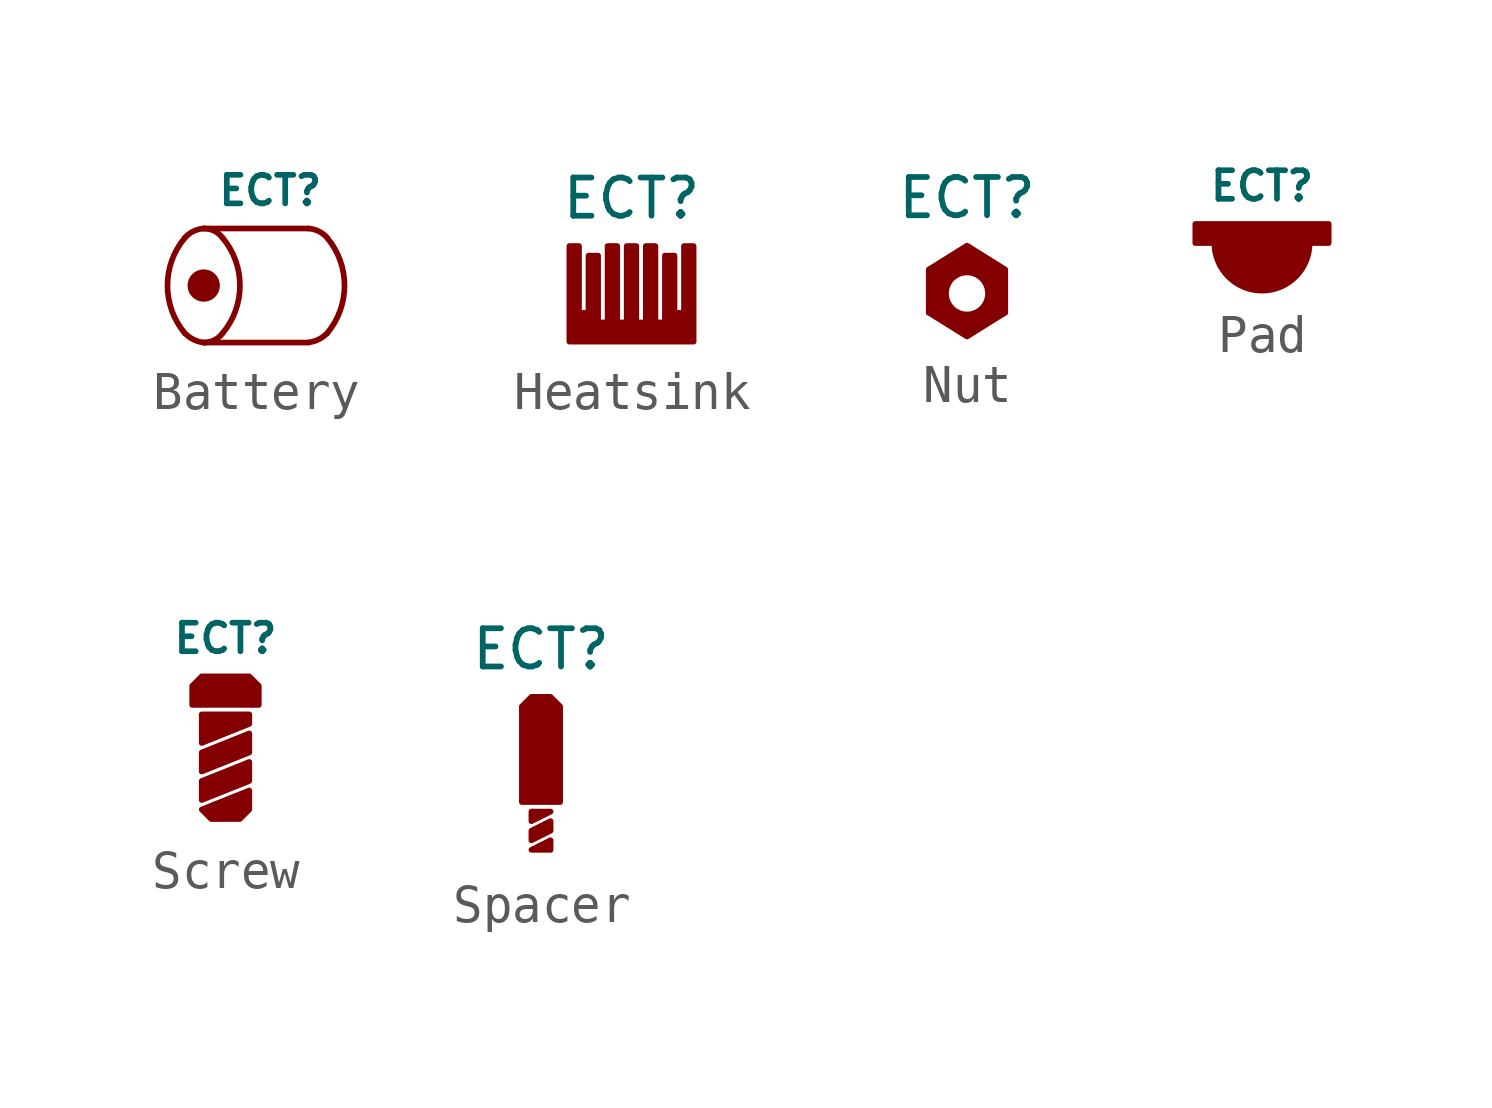
<source format=kicad_sym>
(kicad_symbol_lib
  (version 20231120)
  (generator "kicad_symbol_editor")
  (generator_version "8.0")
  (symbol "Battery"
    (pin_numbers hide)
    (pin_names
      (offset 0))
    (property "Reference" "ECT"
      (at 0 2.54 0)
      (effects (font (size 0.762 0.762))))
    (symbol "Battery_0_1"
      (arc (start -2.286 -1.27) (mid -2.054 -1.441) (end -1.778 -1.524) (stroke (width 0) (type solid)) (fill (type none)))
      (arc (start -2.286 1.27) (mid -2.7458 0) (end -2.286 -1.27) (stroke (width 0) (type solid)) (fill (type none)))
      (arc (start -1.778 -1.524) (mid -1.494 -1.457) (end -1.27 -1.27) (stroke (width 0) (type solid)) (fill (type none)))
      (arc (start -1.778 1.524) (mid -2.0574 1.4478) (end -2.286 1.27) (stroke (width 0) (type solid)) (fill (type none)))
      (arc (start -1.27 1.27) (mid -1.494 1.457) (end -1.778 1.524) (stroke (width 0) (type solid)) (fill (type none)))
      (polyline (pts (xy 1.016 -1.524) (xy -1.778 -1.524)) (stroke (width 0) (type solid)) (fill (type none)))
      (polyline (pts (xy 1.016 1.524) (xy -1.778 1.524)) (stroke (width 0) (type solid)) (fill (type none)))
      (arc (start 1.016 -1.524) (mid 1.292 -1.441) (end 1.524 -1.27) (stroke (width 0) (type solid)) (fill (type none)))
      (arc (start 1.524 1.27) (mid 1.2954 1.4478) (end 1.016 1.524) (stroke (width 0) (type solid)) (fill (type none))))
    (symbol "Battery_1_1"
      (circle (center -1.778 0) (radius 0.356) (stroke (width 0) (type solid)) (fill (type outline)))
      (arc (start -1.27 -1.27) (mid -0.8102 0) (end -1.27 1.27) (stroke (width 0) (type solid)) (fill (type none)))
      (arc (start 1.524 -1.27) (mid 1.9838 0) (end 1.524 1.27) (stroke (width 0) (type solid)) (fill (type none)))))
  (symbol "Heatsink"
    (pin_numbers hide)
    (pin_names
      (offset 0) hide)
    (property "Reference" "ECT"
      (at 0 3.556 0)
      (effects (font (size 1.016 1.016))))
    (symbol "Heatsink_0_1"
      (polyline (pts (xy -1.651 -0.254) (xy -1.651 2.286) (xy -1.397 2.286) (xy -1.397 0.508) (xy -1.143 0.508) (xy -1.143 2.032) (xy -0.889 2.032) (xy -0.889 0.254) (xy -0.635 0.254) (xy -0.635 2.286) (xy -0.381 2.286) (xy -0.381 0.254) (xy -0.127 0.254) (xy -0.127 2.286) (xy 0.127 2.286) (xy 0.127 0.254) (xy 0.381 0.254) (xy 0.381 2.286) (xy 0.635 2.286) (xy 0.635 0.254) (xy 0.889 0.254) (xy 0.889 2.032) (xy 1.143 2.032) (xy 1.143 0.508) (xy 1.397 0.508) (xy 1.397 2.286) (xy 1.651 2.286) (xy 1.651 -0.254) (xy -1.651 -0.254)) (stroke (width 0) (type solid)) (fill (type outline)))))
  (symbol "Nut"
    (pin_numbers hide)
    (pin_names
      (offset 0))
    (property "Reference" "ECT"
      (at 0 2.54 0)
      (effects (font (size 1.016 1.016))))
    (symbol "Nut_0_1"
      (polyline (pts (xy -1.016 -0.508) (xy -1.016 0.635) (xy 0 1.27) (xy 1.016 0.635) (xy 1.016 -0.508)) (stroke (width 0) (type solid)) (fill (type none)))
      (polyline (pts (xy -1.016 -0.508) (xy -0.889 0.635) (xy 0 1.143) (xy 0.889 0.635) (xy 1.016 -0.508) (xy 0 -1.143) (xy -1.016 -0.508) (xy -0.508 -0.381) (xy 0 -0.635) (xy 0.508 -0.381) (xy 0.635 0) (xy 0.381 0.508) (xy -0.127 0.635) (xy -0.508 0.381) (xy -0.635 -0.127) (xy -0.508 -0.381) (xy -0.889 -0.381)) (stroke (width 0) (type solid)) (fill (type outline)))
      (circle (center 0 0) (radius 0.559) (stroke (width 0) (type solid)) (fill (type none)))))
  (symbol "Pad"
    (pin_numbers hide)
    (pin_names
      (offset 0))
    (property "Reference" "ECT"
      (at 0 1.778 0)
      (effects (font (size 0.762 0.762))))
    (symbol "Pad_0_1"
      (arc (start -1.27 0.254) (mid 0 -1.0105) (end 1.27 0.254) (stroke (width 0) (type solid)) (fill (type outline)))
      (rectangle (start 1.778 0.254) (end -1.778 0.762) (stroke (width 0) (type solid)) (fill (type outline)))))
  (symbol "Screw"
    (pin_numbers hide)
    (pin_names
      (offset 0))
    (property "Reference" "ECT"
      (at 0 3.175 0)
      (effects (font (size 0.762 0.762))))
    (symbol "Screw_0_1"
      (polyline (pts (xy -0.635 -1.143) (xy 0.635 -0.635) (xy 0.635 -0.127) (xy -0.635 -0.635) (xy -0.635 -1.143)) (stroke (width 0) (type solid)) (fill (type outline)))
      (polyline (pts (xy -0.635 -0.381) (xy 0.635 0.127) (xy 0.635 0.635) (xy -0.635 0.127) (xy -0.635 -0.381)) (stroke (width 0) (type solid)) (fill (type outline)))
      (polyline (pts (xy -0.635 0.381) (xy 0.635 0.889) (xy 0.635 1.143) (xy -0.635 1.143) (xy -0.635 0.381)) (stroke (width 0) (type solid)) (fill (type outline)))
      (polyline (pts (xy -0.635 -1.397) (xy 0.635 -0.889) (xy 0.635 -1.397) (xy 0.381 -1.651) (xy -0.381 -1.651) (xy -0.635 -1.397)) (stroke (width 0) (type solid)) (fill (type outline)))
      (polyline (pts (xy 0.889 1.397) (xy -0.889 1.397) (xy -0.889 1.905) (xy -0.635 2.159) (xy 0.635 2.159) (xy 0.889 1.905) (xy 0.889 1.397)) (stroke (width 0) (type solid)) (fill (type outline)))))
  (symbol "Spacer"
    (pin_numbers hide)
    (pin_names
      (offset 0))
    (property "Reference" "ECT"
      (at 0 3.556 0)
      (effects (font (size 1.016 1.016))))
    (symbol "Spacer_0_1"
      (polyline (pts (xy -0.254 -1.778) (xy 0.254 -1.524) (xy 0.254 -1.778) (xy -0.254 -1.778)) (stroke (width 0) (type solid)) (fill (type outline)))
      (polyline (pts (xy 0.254 -0.762) (xy -0.254 -0.762) (xy -0.254 -1.016) (xy 0.254 -0.762)) (stroke (width 0) (type solid)) (fill (type outline)))
      (polyline (pts (xy -0.254 -1.27) (xy 0.254 -1.016) (xy 0.254 -1.27) (xy -0.254 -1.524) (xy -0.254 -1.27)) (stroke (width 0) (type solid)) (fill (type outline)))
      (polyline (pts (xy -0.508 -0.508) (xy -0.508 2.032) (xy -0.254 2.286) (xy 0.254 2.286) (xy 0.508 2.032) (xy 0.508 -0.508) (xy -0.508 -0.508)) (stroke (width 0) (type solid)) (fill (type outline))))))
</source>
